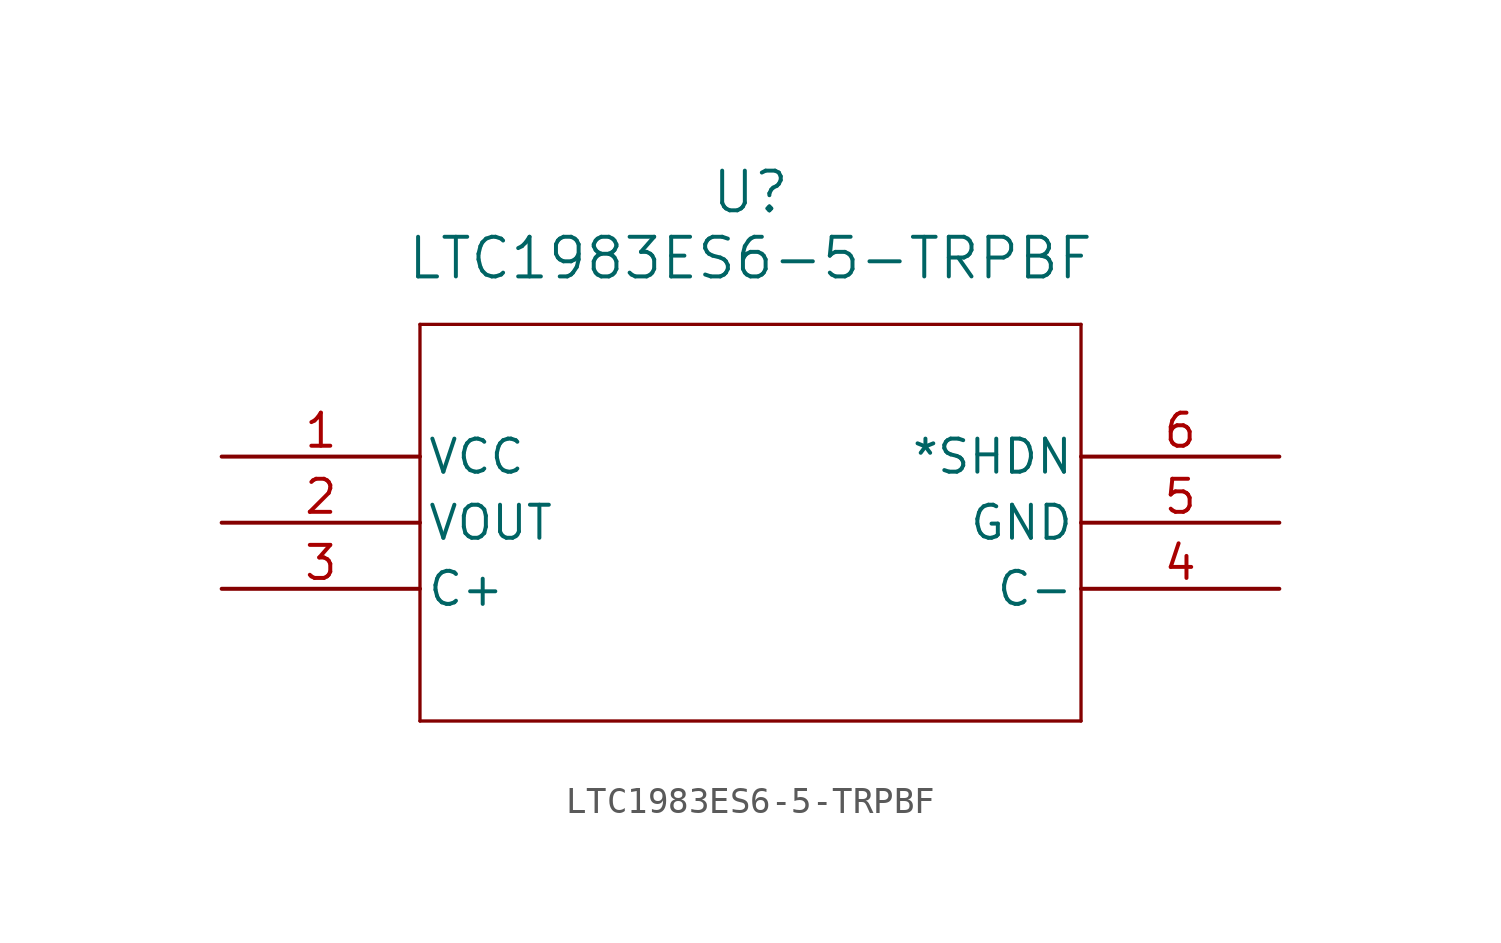
<source format=kicad_sym>
(kicad_symbol_lib
  (version 20211014)
  (generator kicad_symbol_editor)
  (symbol "LTC1983ES6-5-TRPBF"
    (pin_names
      (offset 0.254))
    (property "Reference" "U"
      (at 20.32 10.16 0)
      (effects (font (size 1.524 1.524))))
    (property "Value" "LTC1983ES6-5-TRPBF"
      (at 20.32 7.62 0)
      (effects (font (size 1.524 1.524))))
    (symbol "LTC1983ES6-5-TRPBF_0_1"
      (polyline (pts (xy 7.62 5.08) (xy 7.62 -10.16)) (stroke (width 0.127) (type default) (color 0 0 0 0)) (fill (type none)))
      (polyline (pts (xy 7.62 -10.16) (xy 33.02 -10.16)) (stroke (width 0.127) (type default) (color 0 0 0 0)) (fill (type none)))
      (polyline (pts (xy 33.02 -10.16) (xy 33.02 5.08)) (stroke (width 0.127) (type default) (color 0 0 0 0)) (fill (type none)))
      (polyline (pts (xy 33.02 5.08) (xy 7.62 5.08)) (stroke (width 0.127) (type default) (color 0 0 0 0)) (fill (type none)))
      (pin power_in line (at 0 0 0) (length 7.62) (name "VCC" (effects (font (size 1.27 1.27)))) (number "1" (effects (font (size 1.27 1.27)))))
      (pin output line (at 0 -2.54 0) (length 7.62) (name "VOUT" (effects (font (size 1.27 1.27)))) (number "2" (effects (font (size 1.27 1.27)))))
      (pin input line (at 0 -5.08 0) (length 7.62) (name "C+" (effects (font (size 1.27 1.27)))) (number "3" (effects (font (size 1.27 1.27)))))
      (pin output line (at 40.64 -5.08 180) (length 7.62) (name "C-" (effects (font (size 1.27 1.27)))) (number "4" (effects (font (size 1.27 1.27)))))
      (pin power_out line (at 40.64 -2.54 180) (length 7.62) (name "GND" (effects (font (size 1.27 1.27)))) (number "5" (effects (font (size 1.27 1.27)))))
      (pin input line (at 40.64 0 180) (length 7.62) (name "*SHDN" (effects (font (size 1.27 1.27)))) (number "6" (effects (font (size 1.27 1.27))))))))
</source>
